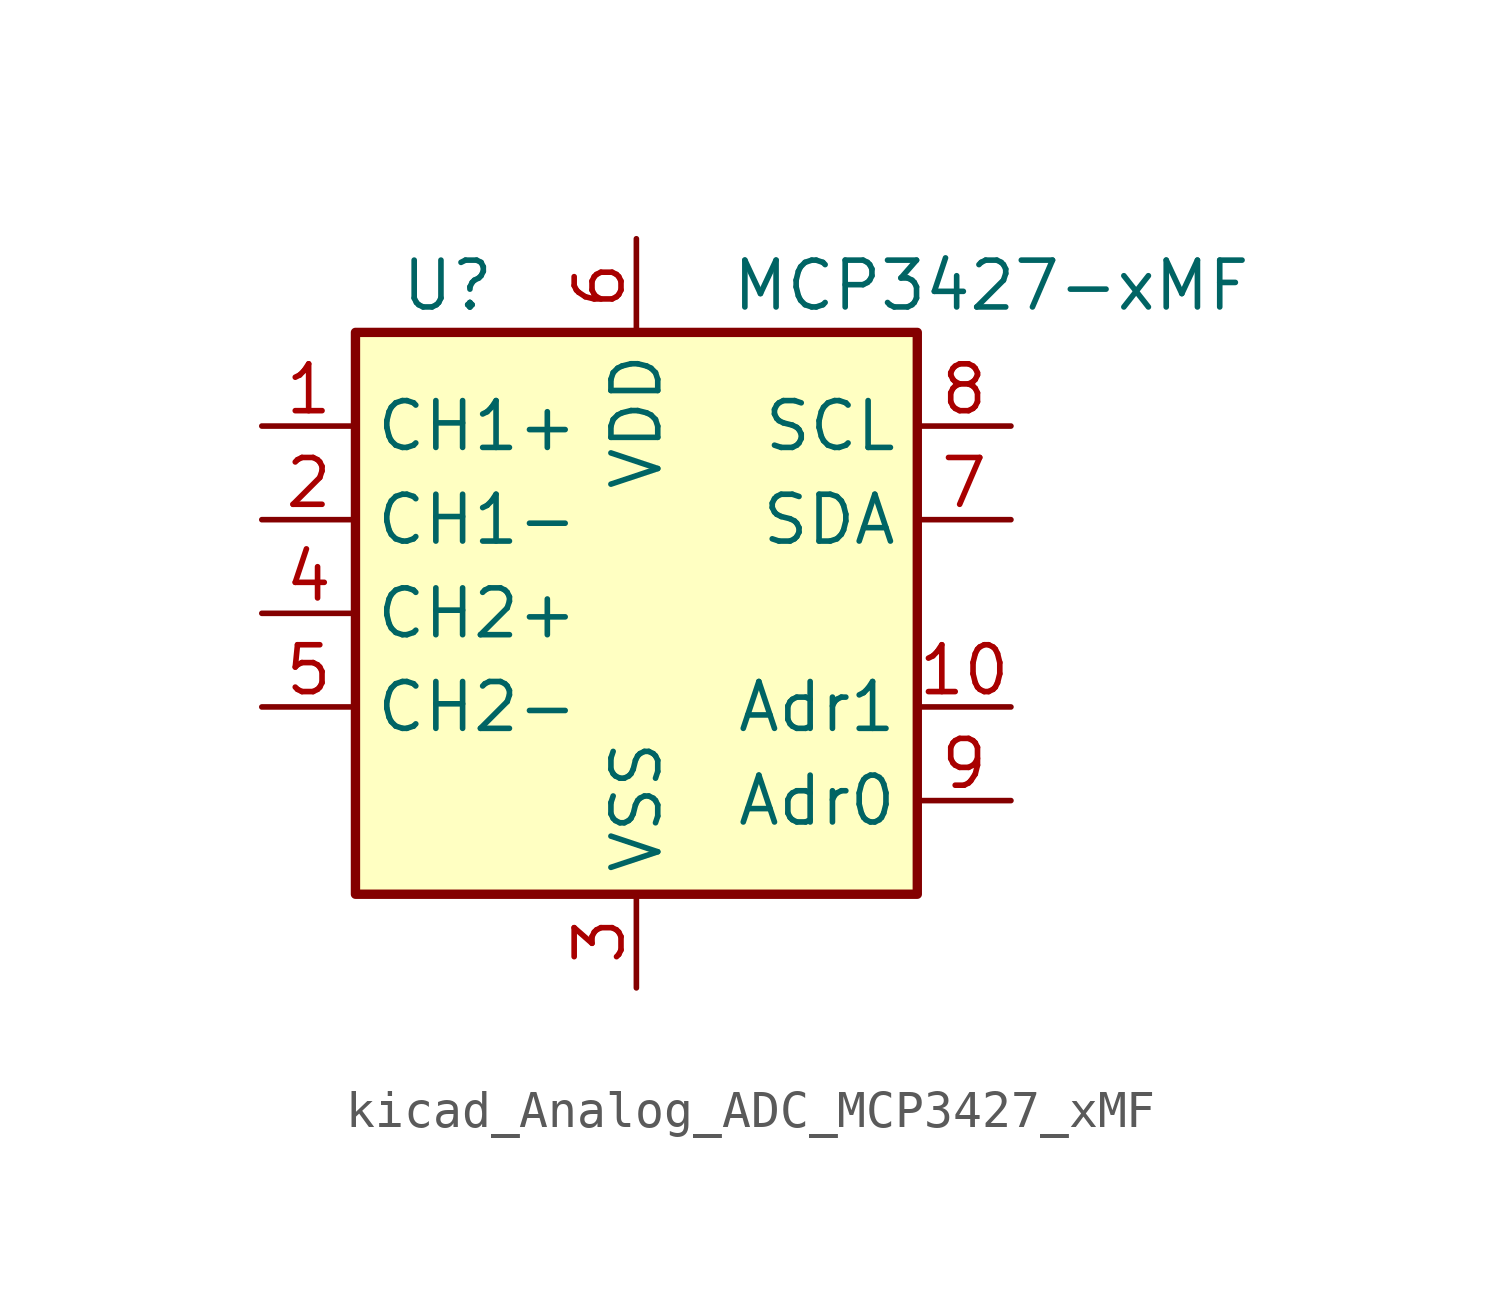
<source format=kicad_sym>
(kicad_symbol_lib
  (version 20220914)
  (generator kicad_symbol_editor)
  (symbol "kicad_Analog_ADC_MCP3427_xMF"
    (property "Reference" "U"
      (at -3.81 8.89 0)
      (effects (font (size 1.27 1.27)) (justify right)))
    (property "Value" "MCP3427-xMF"
      (at 2.54 8.89 0)
      (effects (font (size 1.27 1.27)) (justify left)))
    (symbol "kicad_Analog_ADC_MCP3427_xMF_0_1"
      (rectangle (start -7.62 7.62) (end 7.62 -7.62) (stroke (width 0.254) (type default)) (fill (type background))))
    (symbol "kicad_Analog_ADC_MCP3427_xMF_1_1"
      (pin input line (at -10.16 5.08 0) (length 2.54) (name "CH1+" (effects (font (size 1.27 1.27)))) (number "1" (effects (font (size 1.27 1.27)))))
      (pin input line (at 10.16 -2.54 180) (length 2.54) (name "Adr1" (effects (font (size 1.27 1.27)))) (number "10" (effects (font (size 1.27 1.27)))))
      (pin passive line (at 0 -10.16 90) (length 2.54) hide (name "VSS" (effects (font (size 1.27 1.27)))) (number "11" (effects (font (size 1.27 1.27)))))
      (pin input line (at -10.16 2.54 0) (length 2.54) (name "CH1-" (effects (font (size 1.27 1.27)))) (number "2" (effects (font (size 1.27 1.27)))))
      (pin power_in line (at 0 -10.16 90) (length 2.54) (name "VSS" (effects (font (size 1.27 1.27)))) (number "3" (effects (font (size 1.27 1.27)))))
      (pin input line (at -10.16 0 0) (length 2.54) (name "CH2+" (effects (font (size 1.27 1.27)))) (number "4" (effects (font (size 1.27 1.27)))))
      (pin input line (at -10.16 -2.54 0) (length 2.54) (name "CH2-" (effects (font (size 1.27 1.27)))) (number "5" (effects (font (size 1.27 1.27)))))
      (pin power_in line (at 0 10.16 270) (length 2.54) (name "VDD" (effects (font (size 1.27 1.27)))) (number "6" (effects (font (size 1.27 1.27)))))
      (pin bidirectional line (at 10.16 2.54 180) (length 2.54) (name "SDA" (effects (font (size 1.27 1.27)))) (number "7" (effects (font (size 1.27 1.27)))))
      (pin input line (at 10.16 5.08 180) (length 2.54) (name "SCL" (effects (font (size 1.27 1.27)))) (number "8" (effects (font (size 1.27 1.27)))))
      (pin input line (at 10.16 -5.08 180) (length 2.54) (name "Adr0" (effects (font (size 1.27 1.27)))) (number "9" (effects (font (size 1.27 1.27))))))))
</source>
